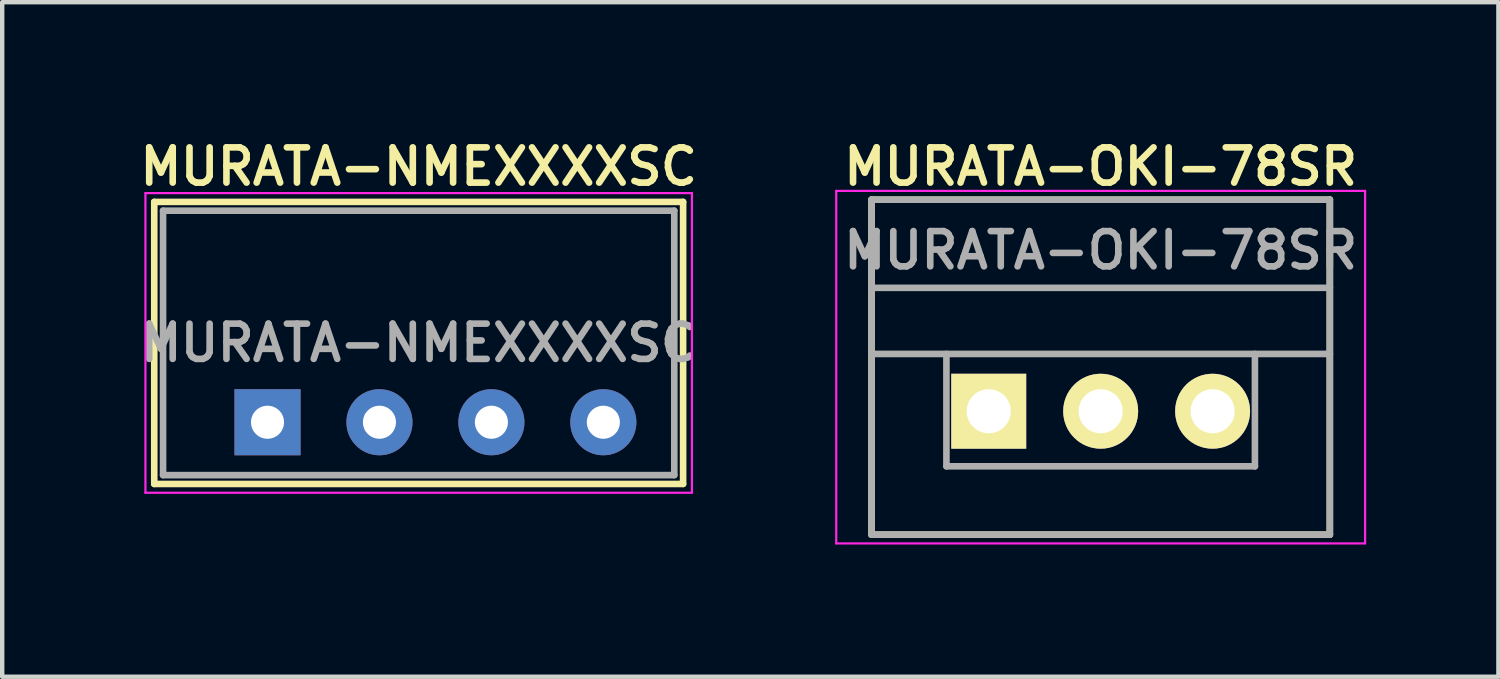
<source format=kicad_pcb>
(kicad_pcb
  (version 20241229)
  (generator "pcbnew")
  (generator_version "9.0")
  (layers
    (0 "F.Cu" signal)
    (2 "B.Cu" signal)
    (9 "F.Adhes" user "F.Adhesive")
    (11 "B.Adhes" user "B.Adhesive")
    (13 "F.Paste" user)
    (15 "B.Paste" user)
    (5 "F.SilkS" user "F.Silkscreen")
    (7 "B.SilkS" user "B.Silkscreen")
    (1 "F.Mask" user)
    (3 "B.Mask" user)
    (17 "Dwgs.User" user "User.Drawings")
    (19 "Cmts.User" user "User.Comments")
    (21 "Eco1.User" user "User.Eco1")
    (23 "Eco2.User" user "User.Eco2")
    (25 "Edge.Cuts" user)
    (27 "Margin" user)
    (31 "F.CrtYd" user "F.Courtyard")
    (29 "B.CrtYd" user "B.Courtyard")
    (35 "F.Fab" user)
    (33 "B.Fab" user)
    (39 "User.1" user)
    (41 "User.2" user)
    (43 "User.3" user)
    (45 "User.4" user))
  (footprint "MURATA-OKI-78SR"
    (layer "F.Cu")
    (at 21.925 6.281)
    (property "Reference" "MURATA-OKI-78SR" (at 0 -5.55 0) (layer "F.SilkS") (effects (font (size 0.8 0.8) (thickness 0.15))))
    (attr through_hole)
    (fp_line (start -5.2 -4.8) (end -5.2 2.8) (stroke (width 0.15) (type solid)) (layer "F.SilkS"))
    (fp_line (start -5.2 2.8) (end 5.2 2.8) (stroke (width 0.15) (type solid)) (layer "F.SilkS"))
    (fp_line (start 5.2 -4.8) (end -5.2 -4.8) (stroke (width 0.15) (type solid)) (layer "F.SilkS"))
    (fp_line (start 5.2 2.8) (end 5.2 -4.8) (stroke (width 0.15) (type solid)) (layer "F.SilkS"))
    (fp_line (start -6 -5) (end -6 3) (stroke (width 0.05) (type solid)) (layer "F.CrtYd"))
    (fp_line (start -6 3) (end 6 3) (stroke (width 0.05) (type solid)) (layer "F.CrtYd"))
    (fp_line (start 6 -5) (end -6 -5) (stroke (width 0.05) (type solid)) (layer "F.CrtYd"))
    (fp_line (start 6 3) (end 6 -5) (stroke (width 0.05) (type solid)) (layer "F.CrtYd"))
    (fp_line (start -5.2 -4.8) (end 5.2 -4.8) (stroke (width 0.15) (type solid)) (layer "F.Fab"))
    (fp_line (start -5.2 -2.8) (end -5.2 -4.8) (stroke (width 0.15) (type solid)) (layer "F.Fab"))
    (fp_line (start -5.2 -2.8) (end -5.2 -1.3) (stroke (width 0.15) (type solid)) (layer "F.Fab"))
    (fp_line (start -5.2 -1.3) (end -5.2 2.8) (stroke (width 0.15) (type solid)) (layer "F.Fab"))
    (fp_line (start -5.2 -1.3) (end 5.2 -1.3) (stroke (width 0.15) (type solid)) (layer "F.Fab"))
    (fp_line (start -5.2 2.8) (end 5.2 2.8) (stroke (width 0.15) (type solid)) (layer "F.Fab"))
    (fp_line (start -3.5 -1.3) (end -3.5 1.25) (stroke (width 0.15) (type solid)) (layer "F.Fab"))
    (fp_line (start -3.5 1.25) (end 3.5 1.25) (stroke (width 0.15) (type solid)) (layer "F.Fab"))
    (fp_line (start 3.5 1.25) (end 3.5 -1.3) (stroke (width 0.15) (type solid)) (layer "F.Fab"))
    (fp_line (start 5.2 -4.8) (end 5.2 -2.8) (stroke (width 0.15) (type solid)) (layer "F.Fab"))
    (fp_line (start 5.2 -2.8) (end -5.2 -2.8) (stroke (width 0.15) (type solid)) (layer "F.Fab"))
    (fp_line (start 5.2 -1.3) (end 5.2 -2.8) (stroke (width 0.15) (type solid)) (layer "F.Fab"))
    (fp_line (start 5.2 2.8) (end 5.2 -1.3) (stroke (width 0.15) (type solid)) (layer "F.Fab"))
    (fp_text user "${REFERENCE}" (at 0 -3.65 0) (layer "F.Fab") (effects (font (size 0.8 0.8) (thickness 0.15))))
    (pad "1" thru_hole rect (at -2.54 0) (size 1.7 1.7) (drill 1) (layers "*.Cu" "*.Mask" "F.SilkS"))
    (pad "2" thru_hole circle (at 0 0) (size 1.7 1.7) (drill 1) (layers "*.Cu" "*.Mask" "F.SilkS"))
    (pad "3" thru_hole circle (at 2.54 0) (size 1.7 1.7) (drill 1) (layers "*.Cu" "*.Mask" "F.SilkS")))
  (footprint "MURATA-NMEXXXXSC"
    (layer "F.Cu")
    (at 6.45 4.731)
    (property "Reference" "MURATA-NMEXXXXSC" (at 0 -4 0) (layer "F.SilkS") (effects (font (size 0.8 0.8) (thickness 0.15))))
    (attr through_hole)
    (fp_line (start -6 -3.2) (end 6 -3.2) (stroke (width 0.15) (type solid)) (layer "F.SilkS"))
    (fp_line (start -6 3.2) (end -6 -3.2) (stroke (width 0.15) (type solid)) (layer "F.SilkS"))
    (fp_line (start 6 -3.2) (end 6 3.2) (stroke (width 0.15) (type solid)) (layer "F.SilkS"))
    (fp_line (start 6 3.2) (end -6 3.2) (stroke (width 0.15) (type solid)) (layer "F.SilkS"))
    (fp_line (start -6.2 -3.4) (end -6.2 3.4) (stroke (width 0.05) (type solid)) (layer "F.CrtYd"))
    (fp_line (start -6.2 3.4) (end 6.2 3.4) (stroke (width 0.05) (type solid)) (layer "F.CrtYd"))
    (fp_line (start 6.2 -3.4) (end -6.2 -3.4) (stroke (width 0.05) (type solid)) (layer "F.CrtYd"))
    (fp_line (start 6.2 3.4) (end 6.2 -3.4) (stroke (width 0.05) (type solid)) (layer "F.CrtYd"))
    (fp_line (start -5.8 -3) (end -5.8 3) (stroke (width 0.15) (type solid)) (layer "F.Fab"))
    (fp_line (start -5.8 3) (end 5.8 3) (stroke (width 0.15) (type solid)) (layer "F.Fab"))
    (fp_line (start -3.675 1.65) (end -3.175 1.65) (stroke (width 0.15) (type solid)) (layer "F.Fab"))
    (fp_line (start -3.675 1.95) (end -3.675 1.65) (stroke (width 0.15) (type solid)) (layer "F.Fab"))
    (fp_line (start -3.175 1.65) (end -3.175 1.95) (stroke (width 0.15) (type solid)) (layer "F.Fab"))
    (fp_line (start -3.175 1.95) (end -3.675 1.95) (stroke (width 0.15) (type solid)) (layer "F.Fab"))
    (fp_line (start -1.15 1.65) (end -0.65 1.65) (stroke (width 0.15) (type solid)) (layer "F.Fab"))
    (fp_line (start -1.15 1.95) (end -1.15 1.65) (stroke (width 0.15) (type solid)) (layer "F.Fab"))
    (fp_line (start -0.65 1.65) (end -0.65 1.95) (stroke (width 0.15) (type solid)) (layer "F.Fab"))
    (fp_line (start -0.65 1.95) (end -1.15 1.95) (stroke (width 0.15) (type solid)) (layer "F.Fab"))
    (fp_line (start 1.4 1.65) (end 1.9 1.65) (stroke (width 0.15) (type solid)) (layer "F.Fab"))
    (fp_line (start 1.4 1.95) (end 1.4 1.65) (stroke (width 0.15) (type solid)) (layer "F.Fab"))
    (fp_line (start 1.9 1.65) (end 1.9 1.95) (stroke (width 0.15) (type solid)) (layer "F.Fab"))
    (fp_line (start 1.9 1.95) (end 1.4 1.95) (stroke (width 0.15) (type solid)) (layer "F.Fab"))
    (fp_line (start 3.95 1.65) (end 4.45 1.65) (stroke (width 0.15) (type solid)) (layer "F.Fab"))
    (fp_line (start 3.95 1.95) (end 3.95 1.65) (stroke (width 0.15) (type solid)) (layer "F.Fab"))
    (fp_line (start 4.45 1.65) (end 4.45 1.95) (stroke (width 0.15) (type solid)) (layer "F.Fab"))
    (fp_line (start 4.45 1.95) (end 3.95 1.95) (stroke (width 0.15) (type solid)) (layer "F.Fab"))
    (fp_line (start 5.8 -3) (end -5.8 -3) (stroke (width 0.15) (type solid)) (layer "F.Fab"))
    (fp_line (start 5.8 3) (end 5.8 -3) (stroke (width 0.15) (type solid)) (layer "F.Fab"))
    (fp_text user "${REFERENCE}" (at 0 0 0) (layer "F.Fab") (effects (font (size 0.8 0.8) (thickness 0.15))))
    (pad "1" thru_hole rect (at -3.43 1.8) (size 1.5 1.5) (drill 0.75) (layers "*.Cu" "*.Mask"))
    (pad "2" thru_hole circle (at -0.89 1.8) (size 1.5 1.5) (drill 0.75) (layers "*.Cu" "*.Mask"))
    (pad "3" thru_hole circle (at 1.65 1.8) (size 1.5 1.5) (drill 0.75) (layers "*.Cu" "*.Mask"))
    (pad "4" thru_hole circle (at 4.19 1.8) (size 1.5 1.5) (drill 0.75) (layers "*.Cu" "*.Mask")))
  (gr_rect
    (start -3 -3)
    (end 30.95 12.306)
    (stroke (width 0.1) (type default))
    (fill no)
    (layer "Edge.Cuts")))
</source>
